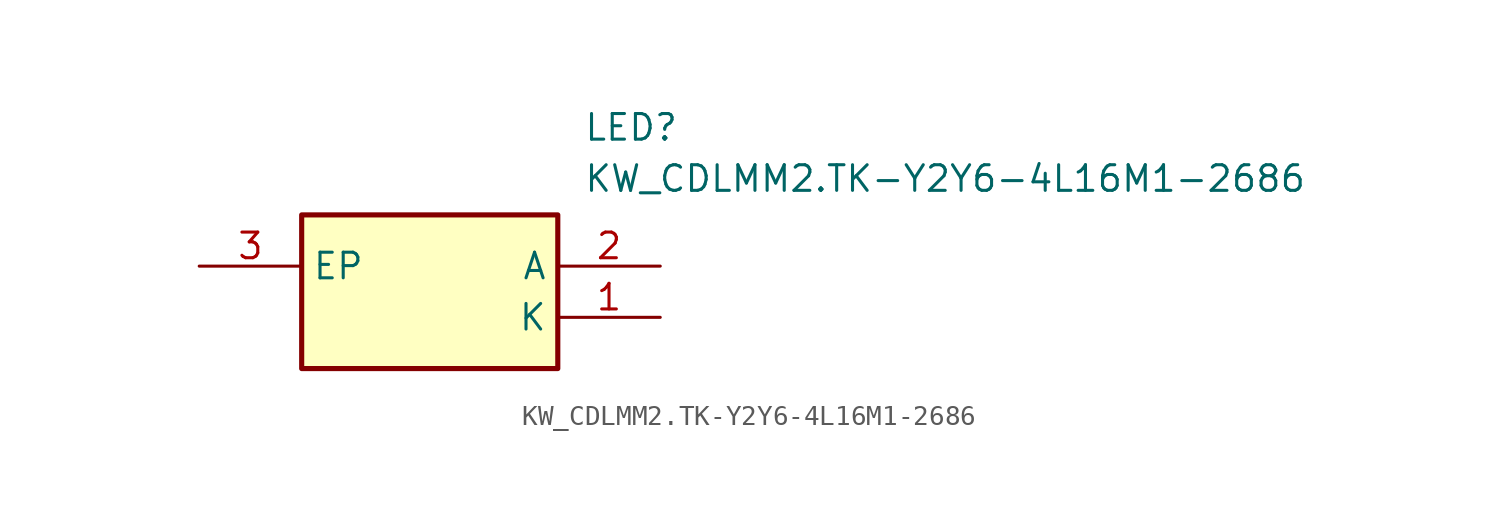
<source format=kicad_sym>
(kicad_symbol_lib
  (version 20211014)
  (generator SamacSys_ECAD_Model)
  (symbol "KW_CDLMM2.TK-Y2Y6-4L16M1-2686"
    (property "Reference" "LED"
      (at 19.05 7.62 0)
      (effects (font (size 1.27 1.27)) (justify left top)))
    (property "Value" "KW_CDLMM2.TK-Y2Y6-4L16M1-2686"
      (at 19.05 5.08 0)
      (effects (font (size 1.27 1.27)) (justify left top)))
    (rectangle
      (start 5.08 2.54)
      (end 17.78 -5.08)
      (stroke (width 0.254) (type default))
      (fill (type background)))
    (pin passive line
      (at 22.86 -2.54 180)
      (length 5.08)
      (name "K" (effects (font (size 1.27 1.27))))
      (number "1" (effects (font (size 1.27 1.27)))))
    (pin passive line
      (at 22.86 0 180)
      (length 5.08)
      (name "A" (effects (font (size 1.27 1.27))))
      (number "2" (effects (font (size 1.27 1.27)))))
    (pin passive line
      (at 0 0 0)
      (length 5.08)
      (name "EP" (effects (font (size 1.27 1.27))))
      (number "3" (effects (font (size 1.27 1.27)))))))
</source>
